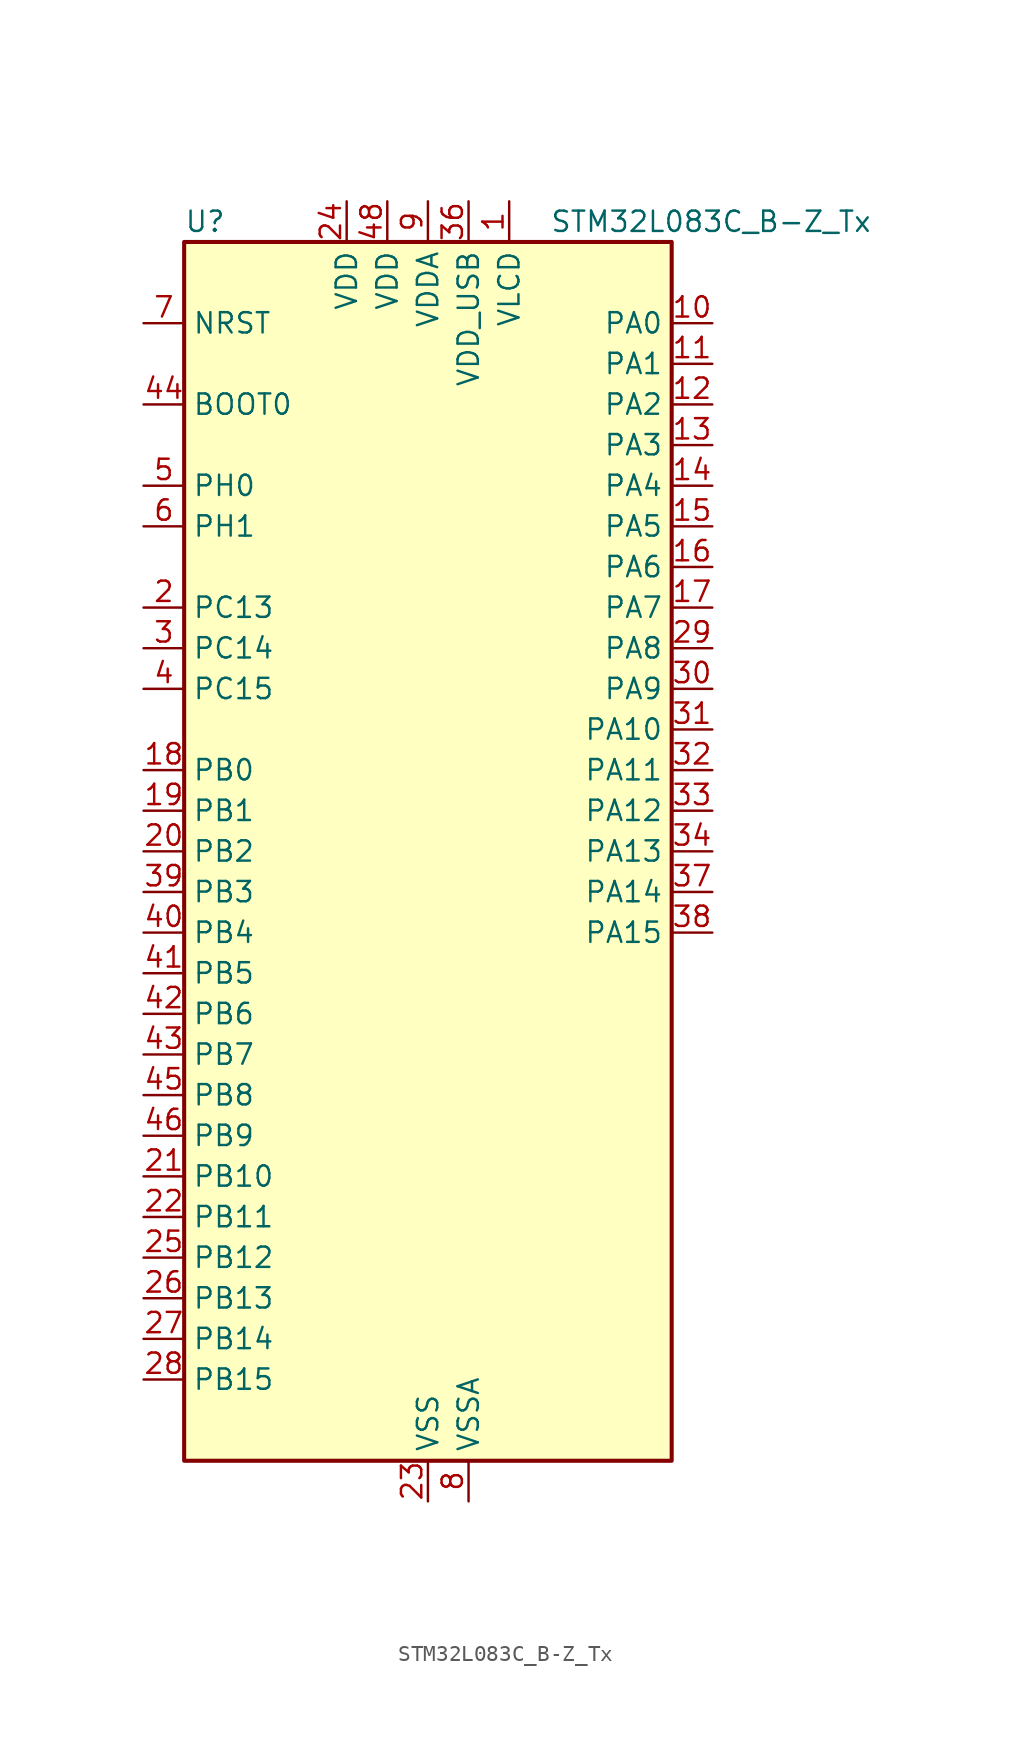
<source format=kicad_sym>
(kicad_symbol_lib
  (version 20241209)
  (generator "kicad_symbol_editor")
  (generator_version "9.0")
  (symbol "STM32L083C_B-Z_Tx"
    (property "Reference" "U"
      (at -15.24 39.37 0)
      (effects (font (size 1.27 1.27)) (justify left)))
    (property "Value" "STM32L083C_B-Z_Tx"
      (at 7.62 39.37 0)
      (effects (font (size 1.27 1.27)) (justify left)))
    (symbol "STM32L083C_B-Z_Tx_0_1"
      (rectangle (start -15.24 -38.1) (end 15.24 38.1) (stroke (width 0.254) (type default)) (fill (type background))))
    (symbol "STM32L083C_B-Z_Tx_1_1"
      (pin input line (at -17.78 33.02 0) (length 2.54) (name "NRST" (effects (font (size 1.27 1.27)))) (number "7" (effects (font (size 1.27 1.27)))))
      (pin input line (at -17.78 27.94 0) (length 2.54) (name "BOOT0" (effects (font (size 1.27 1.27)))) (number "44" (effects (font (size 1.27 1.27)))))
      (pin bidirectional line (at -17.78 22.86 0) (length 2.54) (name "PH0" (effects (font (size 1.27 1.27)))) (number "5" (effects (font (size 1.27 1.27)))) (alternate "CRS_SYNC" bidirectional line) (alternate "RCC_OSC_IN" bidirectional line))
      (pin bidirectional line (at -17.78 20.32 0) (length 2.54) (name "PH1" (effects (font (size 1.27 1.27)))) (number "6" (effects (font (size 1.27 1.27)))) (alternate "RCC_OSC_OUT" bidirectional line))
      (pin bidirectional line (at -17.78 15.24 0) (length 2.54) (name "PC13" (effects (font (size 1.27 1.27)))) (number "2" (effects (font (size 1.27 1.27)))) (alternate "RTC_OUT_ALARM" bidirectional line) (alternate "RTC_OUT_CALIB" bidirectional line) (alternate "RTC_TAMP1" bidirectional line) (alternate "RTC_TS" bidirectional line) (alternate "SYS_WKUP2" bidirectional line))
      (pin bidirectional line (at -17.78 12.7 0) (length 2.54) (name "PC14" (effects (font (size 1.27 1.27)))) (number "3" (effects (font (size 1.27 1.27)))) (alternate "RCC_OSC32_IN" bidirectional line))
      (pin bidirectional line (at -17.78 10.16 0) (length 2.54) (name "PC15" (effects (font (size 1.27 1.27)))) (number "4" (effects (font (size 1.27 1.27)))) (alternate "RCC_OSC32_OUT" bidirectional line))
      (pin bidirectional line (at -17.78 5.08 0) (length 2.54) (name "PB0" (effects (font (size 1.27 1.27)))) (number "18" (effects (font (size 1.27 1.27)))) (alternate "ADC_IN8" bidirectional line) (alternate "LCD_SEG5" bidirectional line) (alternate "LCD_VLCD3" bidirectional line) (alternate "SYS_VREF_OUT_PB0" bidirectional line) (alternate "TIM3_CH3" bidirectional line) (alternate "TSC_G3_IO2" bidirectional line))
      (pin bidirectional line (at -17.78 2.54 0) (length 2.54) (name "PB1" (effects (font (size 1.27 1.27)))) (number "19" (effects (font (size 1.27 1.27)))) (alternate "ADC_IN9" bidirectional line) (alternate "LCD_SEG6" bidirectional line) (alternate "LPUART1_DE" bidirectional line) (alternate "LPUART1_RTS" bidirectional line) (alternate "SYS_VREF_OUT_PB1" bidirectional line) (alternate "TIM3_CH4" bidirectional line) (alternate "TSC_G3_IO3" bidirectional line))
      (pin bidirectional line (at -17.78 0 0) (length 2.54) (name "PB2" (effects (font (size 1.27 1.27)))) (number "20" (effects (font (size 1.27 1.27)))) (alternate "I2C3_SMBA" bidirectional line) (alternate "LCD_VLCD2" bidirectional line) (alternate "LPTIM1_OUT" bidirectional line) (alternate "TSC_G3_IO4" bidirectional line))
      (pin bidirectional line (at -17.78 -2.54 0) (length 2.54) (name "PB3" (effects (font (size 1.27 1.27)))) (number "39" (effects (font (size 1.27 1.27)))) (alternate "COMP2_INM" bidirectional line) (alternate "LCD_SEG7" bidirectional line) (alternate "SPI1_SCK" bidirectional line) (alternate "TIM2_CH2" bidirectional line) (alternate "TSC_G5_IO1" bidirectional line) (alternate "USART1_DE" bidirectional line) (alternate "USART1_RTS" bidirectional line) (alternate "USART5_TX" bidirectional line))
      (pin bidirectional line (at -17.78 -5.08 0) (length 2.54) (name "PB4" (effects (font (size 1.27 1.27)))) (number "40" (effects (font (size 1.27 1.27)))) (alternate "COMP2_INP" bidirectional line) (alternate "I2C3_SDA" bidirectional line) (alternate "LCD_SEG8" bidirectional line) (alternate "SPI1_MISO" bidirectional line) (alternate "TIM22_CH1" bidirectional line) (alternate "TIM3_CH1" bidirectional line) (alternate "TSC_G5_IO2" bidirectional line) (alternate "USART1_CTS" bidirectional line) (alternate "USART5_RX" bidirectional line))
      (pin bidirectional line (at -17.78 -7.62 0) (length 2.54) (name "PB5" (effects (font (size 1.27 1.27)))) (number "41" (effects (font (size 1.27 1.27)))) (alternate "COMP2_INP" bidirectional line) (alternate "I2C1_SMBA" bidirectional line) (alternate "LCD_SEG9" bidirectional line) (alternate "LPTIM1_IN1" bidirectional line) (alternate "SPI1_MOSI" bidirectional line) (alternate "TIM22_CH2" bidirectional line) (alternate "TIM3_CH2" bidirectional line) (alternate "USART1_CK" bidirectional line) (alternate "USART5_CK" bidirectional line) (alternate "USART5_DE" bidirectional line) (alternate "USART5_RTS" bidirectional line))
      (pin bidirectional line (at -17.78 -10.16 0) (length 2.54) (name "PB6" (effects (font (size 1.27 1.27)))) (number "42" (effects (font (size 1.27 1.27)))) (alternate "COMP2_INP" bidirectional line) (alternate "I2C1_SCL" bidirectional line) (alternate "LPTIM1_ETR" bidirectional line) (alternate "TSC_G5_IO3" bidirectional line) (alternate "USART1_TX" bidirectional line))
      (pin bidirectional line (at -17.78 -12.7 0) (length 2.54) (name "PB7" (effects (font (size 1.27 1.27)))) (number "43" (effects (font (size 1.27 1.27)))) (alternate "COMP2_INP" bidirectional line) (alternate "I2C1_SDA" bidirectional line) (alternate "LPTIM1_IN2" bidirectional line) (alternate "SYS_PVD_IN" bidirectional line) (alternate "TSC_G5_IO4" bidirectional line) (alternate "USART1_RX" bidirectional line) (alternate "USART4_CTS" bidirectional line))
      (pin bidirectional line (at -17.78 -15.24 0) (length 2.54) (name "PB8" (effects (font (size 1.27 1.27)))) (number "45" (effects (font (size 1.27 1.27)))) (alternate "I2C1_SCL" bidirectional line) (alternate "LCD_SEG16" bidirectional line) (alternate "TSC_SYNC" bidirectional line))
      (pin bidirectional line (at -17.78 -17.78 0) (length 2.54) (name "PB9" (effects (font (size 1.27 1.27)))) (number "46" (effects (font (size 1.27 1.27)))) (alternate "DAC_EXTI9" bidirectional line) (alternate "I2C1_SDA" bidirectional line) (alternate "I2S2_WS" bidirectional line) (alternate "LCD_COM3" bidirectional line) (alternate "SPI2_NSS" bidirectional line))
      (pin bidirectional line (at -17.78 -20.32 0) (length 2.54) (name "PB10" (effects (font (size 1.27 1.27)))) (number "21" (effects (font (size 1.27 1.27)))) (alternate "I2C2_SCL" bidirectional line) (alternate "LCD_SEG10" bidirectional line) (alternate "LPUART1_RX" bidirectional line) (alternate "LPUART1_TX" bidirectional line) (alternate "SPI2_SCK" bidirectional line) (alternate "TIM2_CH3" bidirectional line) (alternate "TSC_SYNC" bidirectional line))
      (pin bidirectional line (at -17.78 -22.86 0) (length 2.54) (name "PB11" (effects (font (size 1.27 1.27)))) (number "22" (effects (font (size 1.27 1.27)))) (alternate "ADC_EXTI11" bidirectional line) (alternate "I2C2_SDA" bidirectional line) (alternate "LCD_SEG11" bidirectional line) (alternate "LPUART1_RX" bidirectional line) (alternate "LPUART1_TX" bidirectional line) (alternate "TIM2_CH4" bidirectional line) (alternate "TSC_G6_IO1" bidirectional line))
      (pin bidirectional line (at -17.78 -25.4 0) (length 2.54) (name "PB12" (effects (font (size 1.27 1.27)))) (number "25" (effects (font (size 1.27 1.27)))) (alternate "I2S2_WS" bidirectional line) (alternate "LCD_SEG12" bidirectional line) (alternate "LCD_VLCD2" bidirectional line) (alternate "LPUART1_DE" bidirectional line) (alternate "LPUART1_RTS" bidirectional line) (alternate "SPI2_NSS" bidirectional line) (alternate "TSC_G6_IO2" bidirectional line))
      (pin bidirectional line (at -17.78 -27.94 0) (length 2.54) (name "PB13" (effects (font (size 1.27 1.27)))) (number "26" (effects (font (size 1.27 1.27)))) (alternate "I2C2_SCL" bidirectional line) (alternate "I2S2_CK" bidirectional line) (alternate "LCD_SEG13" bidirectional line) (alternate "LPUART1_CTS" bidirectional line) (alternate "RCC_MCO" bidirectional line) (alternate "SPI2_SCK" bidirectional line) (alternate "TIM21_CH1" bidirectional line) (alternate "TSC_G6_IO3" bidirectional line))
      (pin bidirectional line (at -17.78 -30.48 0) (length 2.54) (name "PB14" (effects (font (size 1.27 1.27)))) (number "27" (effects (font (size 1.27 1.27)))) (alternate "I2C2_SDA" bidirectional line) (alternate "I2S2_MCK" bidirectional line) (alternate "LCD_SEG14" bidirectional line) (alternate "LPUART1_DE" bidirectional line) (alternate "LPUART1_RTS" bidirectional line) (alternate "RTC_OUT_ALARM" bidirectional line) (alternate "RTC_OUT_CALIB" bidirectional line) (alternate "SPI2_MISO" bidirectional line) (alternate "TIM21_CH2" bidirectional line) (alternate "TSC_G6_IO4" bidirectional line))
      (pin bidirectional line (at -17.78 -33.02 0) (length 2.54) (name "PB15" (effects (font (size 1.27 1.27)))) (number "28" (effects (font (size 1.27 1.27)))) (alternate "I2S2_SD" bidirectional line) (alternate "LCD_SEG15" bidirectional line) (alternate "RTC_REFIN" bidirectional line) (alternate "SPI2_MOSI" bidirectional line))
      (pin power_in line (at -5.08 40.64 270) (length 2.54) (name "VDD" (effects (font (size 1.27 1.27)))) (number "24" (effects (font (size 1.27 1.27)))))
      (pin power_in line (at -2.54 40.64 270) (length 2.54) (name "VDD" (effects (font (size 1.27 1.27)))) (number "48" (effects (font (size 1.27 1.27)))))
      (pin power_in line (at 0 40.64 270) (length 2.54) (name "VDDA" (effects (font (size 1.27 1.27)))) (number "9" (effects (font (size 1.27 1.27)))))
      (pin power_in line (at 0 -40.64 90) (length 2.54) (name "VSS" (effects (font (size 1.27 1.27)))) (number "23" (effects (font (size 1.27 1.27)))))
      (pin passive line (at 0 -40.64 90) (length 2.54) (hide yes) (name "VSS" (effects (font (size 1.27 1.27)))) (number "35" (effects (font (size 1.27 1.27)))))
      (pin passive line (at 0 -40.64 90) (length 2.54) (hide yes) (name "VSS" (effects (font (size 1.27 1.27)))) (number "47" (effects (font (size 1.27 1.27)))))
      (pin power_in line (at 2.54 40.64 270) (length 2.54) (name "VDD_USB" (effects (font (size 1.27 1.27)))) (number "36" (effects (font (size 1.27 1.27)))))
      (pin power_in line (at 2.54 -40.64 90) (length 2.54) (name "VSSA" (effects (font (size 1.27 1.27)))) (number "8" (effects (font (size 1.27 1.27)))))
      (pin power_in line (at 5.08 40.64 270) (length 2.54) (name "VLCD" (effects (font (size 1.27 1.27)))) (number "1" (effects (font (size 1.27 1.27)))))
      (pin bidirectional line (at 17.78 33.02 180) (length 2.54) (name "PA0" (effects (font (size 1.27 1.27)))) (number "10" (effects (font (size 1.27 1.27)))) (alternate "ADC_IN0" bidirectional line) (alternate "COMP1_INM" bidirectional line) (alternate "COMP1_OUT" bidirectional line) (alternate "RTC_TAMP2" bidirectional line) (alternate "SYS_WKUP1" bidirectional line) (alternate "TIM2_CH1" bidirectional line) (alternate "TIM2_ETR" bidirectional line) (alternate "TSC_G1_IO1" bidirectional line) (alternate "USART2_CTS" bidirectional line) (alternate "USART4_TX" bidirectional line))
      (pin bidirectional line (at 17.78 30.48 180) (length 2.54) (name "PA1" (effects (font (size 1.27 1.27)))) (number "11" (effects (font (size 1.27 1.27)))) (alternate "ADC_IN1" bidirectional line) (alternate "COMP1_INP" bidirectional line) (alternate "LCD_SEG0" bidirectional line) (alternate "TIM21_ETR" bidirectional line) (alternate "TIM2_CH2" bidirectional line) (alternate "TSC_G1_IO2" bidirectional line) (alternate "USART2_DE" bidirectional line) (alternate "USART2_RTS" bidirectional line) (alternate "USART4_RX" bidirectional line))
      (pin bidirectional line (at 17.78 27.94 180) (length 2.54) (name "PA2" (effects (font (size 1.27 1.27)))) (number "12" (effects (font (size 1.27 1.27)))) (alternate "ADC_IN2" bidirectional line) (alternate "COMP2_INM" bidirectional line) (alternate "COMP2_OUT" bidirectional line) (alternate "LCD_SEG1" bidirectional line) (alternate "LPUART1_TX" bidirectional line) (alternate "TIM21_CH1" bidirectional line) (alternate "TIM2_CH3" bidirectional line) (alternate "TSC_G1_IO3" bidirectional line) (alternate "USART2_TX" bidirectional line))
      (pin bidirectional line (at 17.78 25.4 180) (length 2.54) (name "PA3" (effects (font (size 1.27 1.27)))) (number "13" (effects (font (size 1.27 1.27)))) (alternate "ADC_IN3" bidirectional line) (alternate "COMP2_INP" bidirectional line) (alternate "LCD_SEG2" bidirectional line) (alternate "LPUART1_RX" bidirectional line) (alternate "TIM21_CH2" bidirectional line) (alternate "TIM2_CH4" bidirectional line) (alternate "TSC_G1_IO4" bidirectional line) (alternate "USART2_RX" bidirectional line))
      (pin bidirectional line (at 17.78 22.86 180) (length 2.54) (name "PA4" (effects (font (size 1.27 1.27)))) (number "14" (effects (font (size 1.27 1.27)))) (alternate "ADC_IN4" bidirectional line) (alternate "COMP1_INM" bidirectional line) (alternate "COMP2_INM" bidirectional line) (alternate "DAC_OUT1" bidirectional line) (alternate "SPI1_NSS" bidirectional line) (alternate "TIM22_ETR" bidirectional line) (alternate "TSC_G2_IO1" bidirectional line) (alternate "USART2_CK" bidirectional line))
      (pin bidirectional line (at 17.78 20.32 180) (length 2.54) (name "PA5" (effects (font (size 1.27 1.27)))) (number "15" (effects (font (size 1.27 1.27)))) (alternate "ADC_IN5" bidirectional line) (alternate "COMP1_INM" bidirectional line) (alternate "COMP2_INM" bidirectional line) (alternate "DAC_OUT2" bidirectional line) (alternate "SPI1_SCK" bidirectional line) (alternate "TIM2_CH1" bidirectional line) (alternate "TIM2_ETR" bidirectional line) (alternate "TSC_G2_IO2" bidirectional line))
      (pin bidirectional line (at 17.78 17.78 180) (length 2.54) (name "PA6" (effects (font (size 1.27 1.27)))) (number "16" (effects (font (size 1.27 1.27)))) (alternate "ADC_IN6" bidirectional line) (alternate "COMP1_OUT" bidirectional line) (alternate "LCD_SEG3" bidirectional line) (alternate "LPUART1_CTS" bidirectional line) (alternate "SPI1_MISO" bidirectional line) (alternate "TIM22_CH1" bidirectional line) (alternate "TIM3_CH1" bidirectional line) (alternate "TSC_G2_IO3" bidirectional line))
      (pin bidirectional line (at 17.78 15.24 180) (length 2.54) (name "PA7" (effects (font (size 1.27 1.27)))) (number "17" (effects (font (size 1.27 1.27)))) (alternate "ADC_IN7" bidirectional line) (alternate "COMP2_OUT" bidirectional line) (alternate "LCD_SEG4" bidirectional line) (alternate "SPI1_MOSI" bidirectional line) (alternate "TIM22_CH2" bidirectional line) (alternate "TIM3_CH2" bidirectional line) (alternate "TSC_G2_IO4" bidirectional line))
      (pin bidirectional line (at 17.78 12.7 180) (length 2.54) (name "PA8" (effects (font (size 1.27 1.27)))) (number "29" (effects (font (size 1.27 1.27)))) (alternate "CRS_SYNC" bidirectional line) (alternate "I2C3_SCL" bidirectional line) (alternate "LCD_COM0" bidirectional line) (alternate "RCC_MCO" bidirectional line) (alternate "USART1_CK" bidirectional line))
      (pin bidirectional line (at 17.78 10.16 180) (length 2.54) (name "PA9" (effects (font (size 1.27 1.27)))) (number "30" (effects (font (size 1.27 1.27)))) (alternate "DAC_EXTI9" bidirectional line) (alternate "I2C1_SCL" bidirectional line) (alternate "I2C3_SMBA" bidirectional line) (alternate "LCD_COM1" bidirectional line) (alternate "RCC_MCO" bidirectional line) (alternate "TSC_G4_IO1" bidirectional line) (alternate "USART1_TX" bidirectional line))
      (pin bidirectional line (at 17.78 7.62 180) (length 2.54) (name "PA10" (effects (font (size 1.27 1.27)))) (number "31" (effects (font (size 1.27 1.27)))) (alternate "I2C1_SDA" bidirectional line) (alternate "LCD_COM2" bidirectional line) (alternate "TSC_G4_IO2" bidirectional line) (alternate "USART1_RX" bidirectional line))
      (pin bidirectional line (at 17.78 5.08 180) (length 2.54) (name "PA11" (effects (font (size 1.27 1.27)))) (number "32" (effects (font (size 1.27 1.27)))) (alternate "ADC_EXTI11" bidirectional line) (alternate "COMP1_OUT" bidirectional line) (alternate "SPI1_MISO" bidirectional line) (alternate "TSC_G4_IO3" bidirectional line) (alternate "USART1_CTS" bidirectional line) (alternate "USB_DM" bidirectional line))
      (pin bidirectional line (at 17.78 2.54 180) (length 2.54) (name "PA12" (effects (font (size 1.27 1.27)))) (number "33" (effects (font (size 1.27 1.27)))) (alternate "COMP2_OUT" bidirectional line) (alternate "SPI1_MOSI" bidirectional line) (alternate "TSC_G4_IO4" bidirectional line) (alternate "USART1_DE" bidirectional line) (alternate "USART1_RTS" bidirectional line) (alternate "USB_DP" bidirectional line))
      (pin bidirectional line (at 17.78 0 180) (length 2.54) (name "PA13" (effects (font (size 1.27 1.27)))) (number "34" (effects (font (size 1.27 1.27)))) (alternate "LPUART1_RX" bidirectional line) (alternate "SYS_SWDIO" bidirectional line) (alternate "USB_NOE" bidirectional line))
      (pin bidirectional line (at 17.78 -2.54 180) (length 2.54) (name "PA14" (effects (font (size 1.27 1.27)))) (number "37" (effects (font (size 1.27 1.27)))) (alternate "LPUART1_TX" bidirectional line) (alternate "SYS_SWCLK" bidirectional line) (alternate "USART2_TX" bidirectional line))
      (pin bidirectional line (at 17.78 -5.08 180) (length 2.54) (name "PA15" (effects (font (size 1.27 1.27)))) (number "38" (effects (font (size 1.27 1.27)))) (alternate "LCD_SEG17" bidirectional line) (alternate "SPI1_NSS" bidirectional line) (alternate "TIM2_CH1" bidirectional line) (alternate "TIM2_ETR" bidirectional line) (alternate "USART2_RX" bidirectional line) (alternate "USART4_DE" bidirectional line) (alternate "USART4_RTS" bidirectional line)))))
</source>
